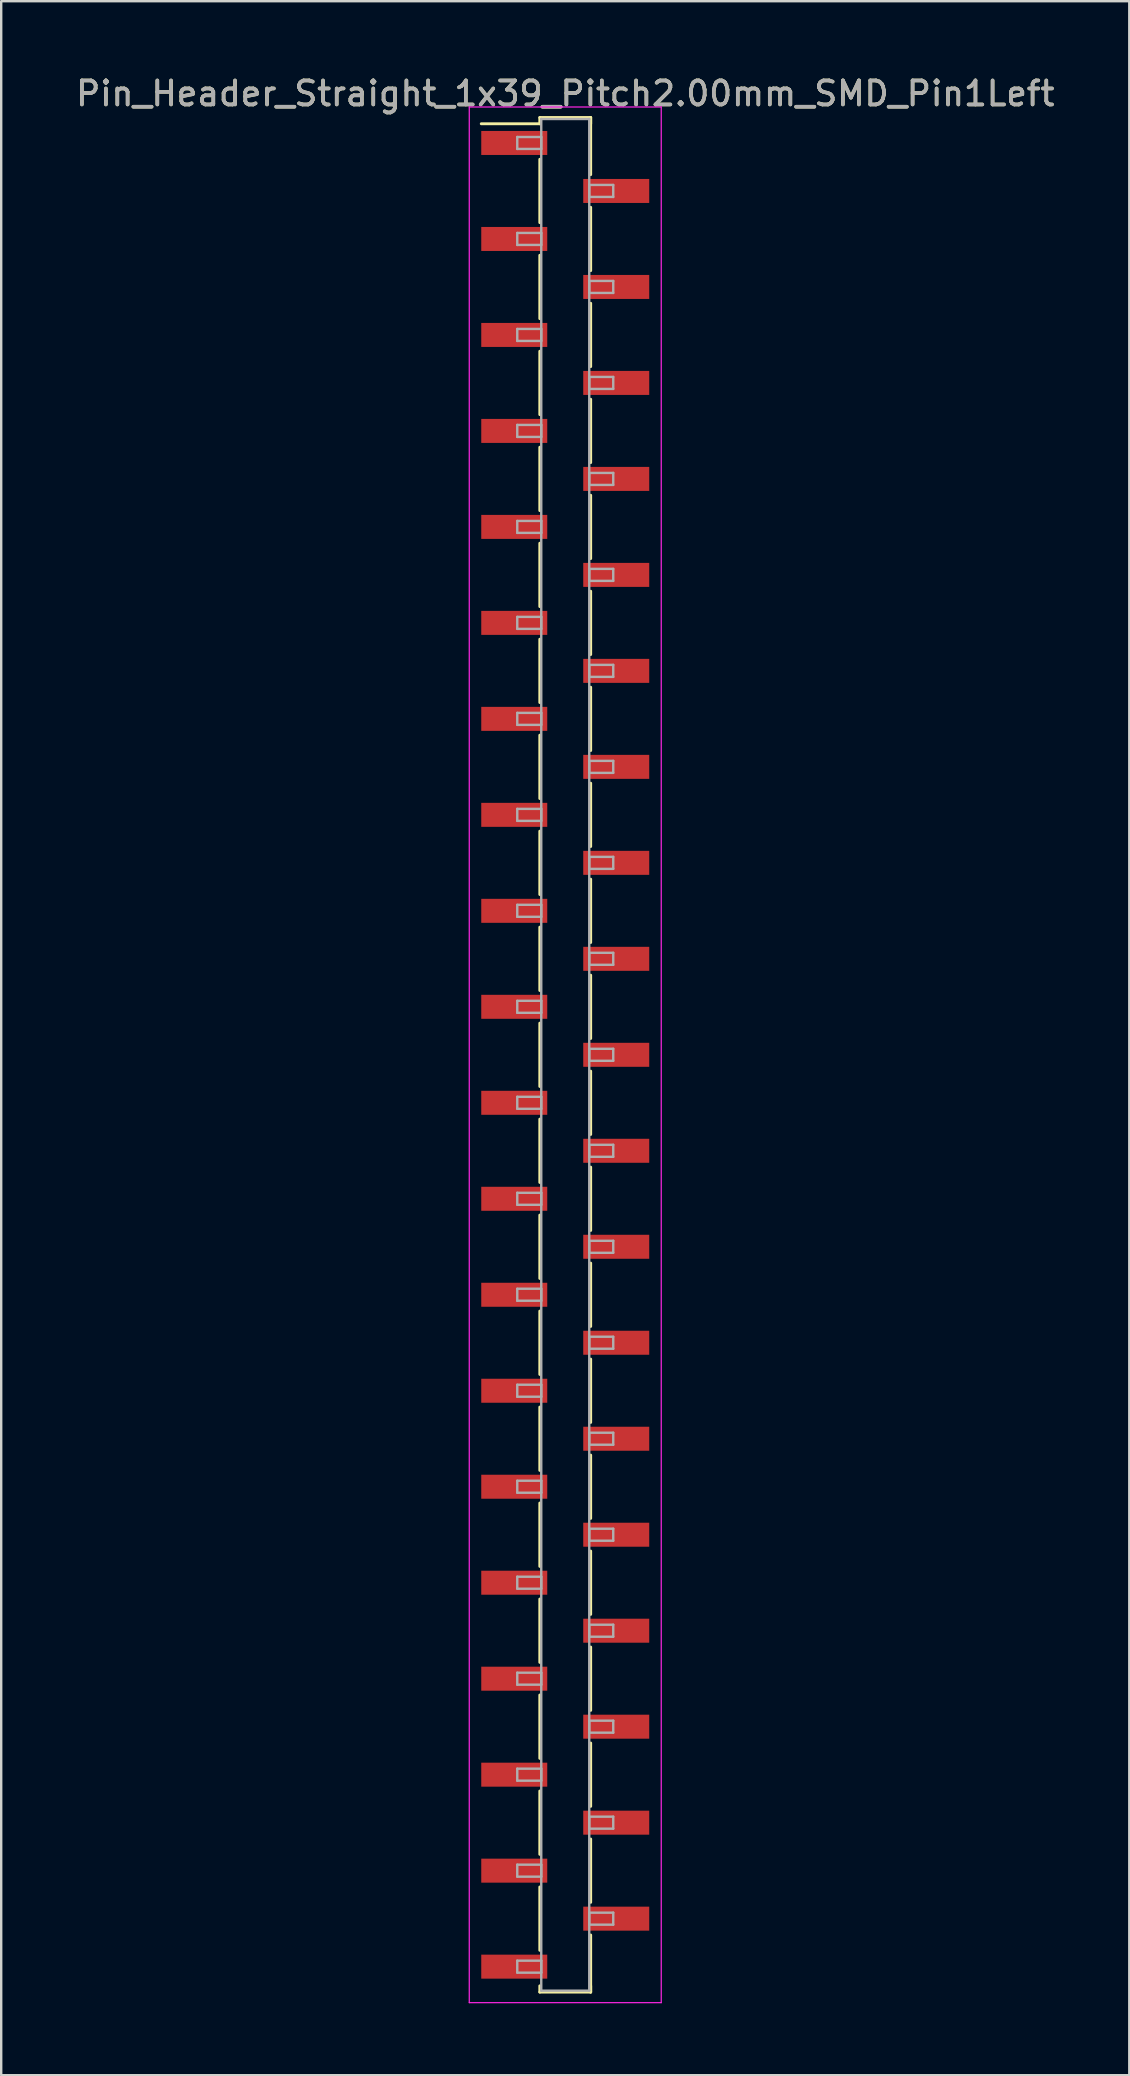
<source format=kicad_pcb>
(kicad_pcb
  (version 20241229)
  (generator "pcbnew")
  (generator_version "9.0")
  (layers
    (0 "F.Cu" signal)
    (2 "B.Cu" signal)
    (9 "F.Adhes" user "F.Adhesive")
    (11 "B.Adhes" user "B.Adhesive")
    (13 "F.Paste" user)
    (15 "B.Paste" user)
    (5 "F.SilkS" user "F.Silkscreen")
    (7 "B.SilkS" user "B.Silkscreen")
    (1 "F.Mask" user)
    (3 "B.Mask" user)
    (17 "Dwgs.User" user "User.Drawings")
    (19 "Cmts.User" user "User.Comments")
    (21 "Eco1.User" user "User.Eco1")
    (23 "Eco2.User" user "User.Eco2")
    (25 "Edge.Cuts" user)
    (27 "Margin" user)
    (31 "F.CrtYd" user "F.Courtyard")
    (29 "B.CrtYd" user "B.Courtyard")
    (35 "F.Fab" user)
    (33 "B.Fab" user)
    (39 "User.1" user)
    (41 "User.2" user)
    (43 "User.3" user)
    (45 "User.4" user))
  (footprint "Pin_Header_Straight_1x39_Pitch2.00mm_SMD_Pin1Left"
    (layer "F.Cu")
    (at 20.506 40.908)
    (property "Reference" "Pin_Header_Straight_1x39_Pitch2.00mm_SMD_Pin1Left" (at 0 -40.06 0) (layer "F.SilkS") (effects (font (size 1 1) (thickness 0.15))))
    (attr smd)
    (fp_line (start -1.06 -39.06) (end 1.06 -39.06) (stroke (width 0.12) (type solid)) (layer "F.SilkS"))
    (fp_line (start -1.06 -38.8) (end -3.5 -38.8) (stroke (width 0.12) (type solid)) (layer "F.SilkS"))
    (fp_line (start -1.06 -38.8) (end -1.06 -39.06) (stroke (width 0.12) (type solid)) (layer "F.SilkS"))
    (fp_line (start -1.06 -37.32) (end -1.06 -34.68) (stroke (width 0.12) (type solid)) (layer "F.SilkS"))
    (fp_line (start -1.06 -33.32) (end -1.06 -30.68) (stroke (width 0.12) (type solid)) (layer "F.SilkS"))
    (fp_line (start -1.06 -29.32) (end -1.06 -26.68) (stroke (width 0.12) (type solid)) (layer "F.SilkS"))
    (fp_line (start -1.06 -25.32) (end -1.06 -22.68) (stroke (width 0.12) (type solid)) (layer "F.SilkS"))
    (fp_line (start -1.06 -21.32) (end -1.06 -18.68) (stroke (width 0.12) (type solid)) (layer "F.SilkS"))
    (fp_line (start -1.06 -17.32) (end -1.06 -14.68) (stroke (width 0.12) (type solid)) (layer "F.SilkS"))
    (fp_line (start -1.06 -13.32) (end -1.06 -10.68) (stroke (width 0.12) (type solid)) (layer "F.SilkS"))
    (fp_line (start -1.06 -9.32) (end -1.06 -6.68) (stroke (width 0.12) (type solid)) (layer "F.SilkS"))
    (fp_line (start -1.06 -5.32) (end -1.06 -2.68) (stroke (width 0.12) (type solid)) (layer "F.SilkS"))
    (fp_line (start -1.06 -1.32) (end -1.06 1.32) (stroke (width 0.12) (type solid)) (layer "F.SilkS"))
    (fp_line (start -1.06 2.68) (end -1.06 5.32) (stroke (width 0.12) (type solid)) (layer "F.SilkS"))
    (fp_line (start -1.06 6.68) (end -1.06 9.32) (stroke (width 0.12) (type solid)) (layer "F.SilkS"))
    (fp_line (start -1.06 10.68) (end -1.06 13.32) (stroke (width 0.12) (type solid)) (layer "F.SilkS"))
    (fp_line (start -1.06 14.68) (end -1.06 17.32) (stroke (width 0.12) (type solid)) (layer "F.SilkS"))
    (fp_line (start -1.06 18.68) (end -1.06 21.32) (stroke (width 0.12) (type solid)) (layer "F.SilkS"))
    (fp_line (start -1.06 22.68) (end -1.06 25.32) (stroke (width 0.12) (type solid)) (layer "F.SilkS"))
    (fp_line (start -1.06 26.68) (end -1.06 29.32) (stroke (width 0.12) (type solid)) (layer "F.SilkS"))
    (fp_line (start -1.06 30.68) (end -1.06 33.32) (stroke (width 0.12) (type solid)) (layer "F.SilkS"))
    (fp_line (start -1.06 34.68) (end -1.06 37.32) (stroke (width 0.12) (type solid)) (layer "F.SilkS"))
    (fp_line (start -1.06 38.8) (end -1.06 39.06) (stroke (width 0.12) (type solid)) (layer "F.SilkS"))
    (fp_line (start -1.06 39.06) (end 1.06 39.06) (stroke (width 0.12) (type solid)) (layer "F.SilkS"))
    (fp_line (start 1.06 -39.06) (end 1.06 -38.8) (stroke (width 0.12) (type solid)) (layer "F.SilkS"))
    (fp_line (start 1.06 -39.06) (end 1.06 -36.68) (stroke (width 0.12) (type solid)) (layer "F.SilkS"))
    (fp_line (start 1.06 -35.32) (end 1.06 -32.68) (stroke (width 0.12) (type solid)) (layer "F.SilkS"))
    (fp_line (start 1.06 -31.32) (end 1.06 -28.68) (stroke (width 0.12) (type solid)) (layer "F.SilkS"))
    (fp_line (start 1.06 -27.32) (end 1.06 -24.68) (stroke (width 0.12) (type solid)) (layer "F.SilkS"))
    (fp_line (start 1.06 -23.32) (end 1.06 -20.68) (stroke (width 0.12) (type solid)) (layer "F.SilkS"))
    (fp_line (start 1.06 -19.32) (end 1.06 -16.68) (stroke (width 0.12) (type solid)) (layer "F.SilkS"))
    (fp_line (start 1.06 -15.32) (end 1.06 -12.68) (stroke (width 0.12) (type solid)) (layer "F.SilkS"))
    (fp_line (start 1.06 -11.32) (end 1.06 -8.68) (stroke (width 0.12) (type solid)) (layer "F.SilkS"))
    (fp_line (start 1.06 -7.32) (end 1.06 -4.68) (stroke (width 0.12) (type solid)) (layer "F.SilkS"))
    (fp_line (start 1.06 -3.32) (end 1.06 -0.68) (stroke (width 0.12) (type solid)) (layer "F.SilkS"))
    (fp_line (start 1.06 0.68) (end 1.06 3.32) (stroke (width 0.12) (type solid)) (layer "F.SilkS"))
    (fp_line (start 1.06 4.68) (end 1.06 7.32) (stroke (width 0.12) (type solid)) (layer "F.SilkS"))
    (fp_line (start 1.06 8.68) (end 1.06 11.32) (stroke (width 0.12) (type solid)) (layer "F.SilkS"))
    (fp_line (start 1.06 12.68) (end 1.06 15.32) (stroke (width 0.12) (type solid)) (layer "F.SilkS"))
    (fp_line (start 1.06 16.68) (end 1.06 19.32) (stroke (width 0.12) (type solid)) (layer "F.SilkS"))
    (fp_line (start 1.06 20.68) (end 1.06 23.32) (stroke (width 0.12) (type solid)) (layer "F.SilkS"))
    (fp_line (start 1.06 24.68) (end 1.06 27.32) (stroke (width 0.12) (type solid)) (layer "F.SilkS"))
    (fp_line (start 1.06 28.68) (end 1.06 31.32) (stroke (width 0.12) (type solid)) (layer "F.SilkS"))
    (fp_line (start 1.06 32.68) (end 1.06 35.32) (stroke (width 0.12) (type solid)) (layer "F.SilkS"))
    (fp_line (start 1.06 36.68) (end 1.06 39.06) (stroke (width 0.12) (type solid)) (layer "F.SilkS"))
    (fp_line (start 1.06 39.06) (end 1.06 38.8) (stroke (width 0.12) (type solid)) (layer "F.SilkS"))
    (fp_line (start -4 -39.5) (end -4 39.5) (stroke (width 0.05) (type solid)) (layer "F.CrtYd"))
    (fp_line (start -4 39.5) (end 4 39.5) (stroke (width 0.05) (type solid)) (layer "F.CrtYd"))
    (fp_line (start 4 -39.5) (end -4 -39.5) (stroke (width 0.05) (type solid)) (layer "F.CrtYd"))
    (fp_line (start 4 39.5) (end 4 -39.5) (stroke (width 0.05) (type solid)) (layer "F.CrtYd"))
    (fp_line (start -2 -38.25) (end -1 -38.25) (stroke (width 0.1) (type solid)) (layer "F.Fab"))
    (fp_line (start -2 -37.75) (end -2 -38.25) (stroke (width 0.1) (type solid)) (layer "F.Fab"))
    (fp_line (start -2 -34.25) (end -1 -34.25) (stroke (width 0.1) (type solid)) (layer "F.Fab"))
    (fp_line (start -2 -33.75) (end -2 -34.25) (stroke (width 0.1) (type solid)) (layer "F.Fab"))
    (fp_line (start -2 -30.25) (end -1 -30.25) (stroke (width 0.1) (type solid)) (layer "F.Fab"))
    (fp_line (start -2 -29.75) (end -2 -30.25) (stroke (width 0.1) (type solid)) (layer "F.Fab"))
    (fp_line (start -2 -26.25) (end -1 -26.25) (stroke (width 0.1) (type solid)) (layer "F.Fab"))
    (fp_line (start -2 -25.75) (end -2 -26.25) (stroke (width 0.1) (type solid)) (layer "F.Fab"))
    (fp_line (start -2 -22.25) (end -1 -22.25) (stroke (width 0.1) (type solid)) (layer "F.Fab"))
    (fp_line (start -2 -21.75) (end -2 -22.25) (stroke (width 0.1) (type solid)) (layer "F.Fab"))
    (fp_line (start -2 -18.25) (end -1 -18.25) (stroke (width 0.1) (type solid)) (layer "F.Fab"))
    (fp_line (start -2 -17.75) (end -2 -18.25) (stroke (width 0.1) (type solid)) (layer "F.Fab"))
    (fp_line (start -2 -14.25) (end -1 -14.25) (stroke (width 0.1) (type solid)) (layer "F.Fab"))
    (fp_line (start -2 -13.75) (end -2 -14.25) (stroke (width 0.1) (type solid)) (layer "F.Fab"))
    (fp_line (start -2 -10.25) (end -1 -10.25) (stroke (width 0.1) (type solid)) (layer "F.Fab"))
    (fp_line (start -2 -9.75) (end -2 -10.25) (stroke (width 0.1) (type solid)) (layer "F.Fab"))
    (fp_line (start -2 -6.25) (end -1 -6.25) (stroke (width 0.1) (type solid)) (layer "F.Fab"))
    (fp_line (start -2 -5.75) (end -2 -6.25) (stroke (width 0.1) (type solid)) (layer "F.Fab"))
    (fp_line (start -2 -2.25) (end -1 -2.25) (stroke (width 0.1) (type solid)) (layer "F.Fab"))
    (fp_line (start -2 -1.75) (end -2 -2.25) (stroke (width 0.1) (type solid)) (layer "F.Fab"))
    (fp_line (start -2 1.75) (end -1 1.75) (stroke (width 0.1) (type solid)) (layer "F.Fab"))
    (fp_line (start -2 2.25) (end -2 1.75) (stroke (width 0.1) (type solid)) (layer "F.Fab"))
    (fp_line (start -2 5.75) (end -1 5.75) (stroke (width 0.1) (type solid)) (layer "F.Fab"))
    (fp_line (start -2 6.25) (end -2 5.75) (stroke (width 0.1) (type solid)) (layer "F.Fab"))
    (fp_line (start -2 9.75) (end -1 9.75) (stroke (width 0.1) (type solid)) (layer "F.Fab"))
    (fp_line (start -2 10.25) (end -2 9.75) (stroke (width 0.1) (type solid)) (layer "F.Fab"))
    (fp_line (start -2 13.75) (end -1 13.75) (stroke (width 0.1) (type solid)) (layer "F.Fab"))
    (fp_line (start -2 14.25) (end -2 13.75) (stroke (width 0.1) (type solid)) (layer "F.Fab"))
    (fp_line (start -2 17.75) (end -1 17.75) (stroke (width 0.1) (type solid)) (layer "F.Fab"))
    (fp_line (start -2 18.25) (end -2 17.75) (stroke (width 0.1) (type solid)) (layer "F.Fab"))
    (fp_line (start -2 21.75) (end -1 21.75) (stroke (width 0.1) (type solid)) (layer "F.Fab"))
    (fp_line (start -2 22.25) (end -2 21.75) (stroke (width 0.1) (type solid)) (layer "F.Fab"))
    (fp_line (start -2 25.75) (end -1 25.75) (stroke (width 0.1) (type solid)) (layer "F.Fab"))
    (fp_line (start -2 26.25) (end -2 25.75) (stroke (width 0.1) (type solid)) (layer "F.Fab"))
    (fp_line (start -2 29.75) (end -1 29.75) (stroke (width 0.1) (type solid)) (layer "F.Fab"))
    (fp_line (start -2 30.25) (end -2 29.75) (stroke (width 0.1) (type solid)) (layer "F.Fab"))
    (fp_line (start -2 33.75) (end -1 33.75) (stroke (width 0.1) (type solid)) (layer "F.Fab"))
    (fp_line (start -2 34.25) (end -2 33.75) (stroke (width 0.1) (type solid)) (layer "F.Fab"))
    (fp_line (start -2 37.75) (end -1 37.75) (stroke (width 0.1) (type solid)) (layer "F.Fab"))
    (fp_line (start -2 38.25) (end -2 37.75) (stroke (width 0.1) (type solid)) (layer "F.Fab"))
    (fp_line (start -1 -39) (end -1 39) (stroke (width 0.1) (type solid)) (layer "F.Fab"))
    (fp_line (start -1 -38.25) (end -1 -37.75) (stroke (width 0.1) (type solid)) (layer "F.Fab"))
    (fp_line (start -1 -37.75) (end -2 -37.75) (stroke (width 0.1) (type solid)) (layer "F.Fab"))
    (fp_line (start -1 -34.25) (end -1 -33.75) (stroke (width 0.1) (type solid)) (layer "F.Fab"))
    (fp_line (start -1 -33.75) (end -2 -33.75) (stroke (width 0.1) (type solid)) (layer "F.Fab"))
    (fp_line (start -1 -30.25) (end -1 -29.75) (stroke (width 0.1) (type solid)) (layer "F.Fab"))
    (fp_line (start -1 -29.75) (end -2 -29.75) (stroke (width 0.1) (type solid)) (layer "F.Fab"))
    (fp_line (start -1 -26.25) (end -1 -25.75) (stroke (width 0.1) (type solid)) (layer "F.Fab"))
    (fp_line (start -1 -25.75) (end -2 -25.75) (stroke (width 0.1) (type solid)) (layer "F.Fab"))
    (fp_line (start -1 -22.25) (end -1 -21.75) (stroke (width 0.1) (type solid)) (layer "F.Fab"))
    (fp_line (start -1 -21.75) (end -2 -21.75) (stroke (width 0.1) (type solid)) (layer "F.Fab"))
    (fp_line (start -1 -18.25) (end -1 -17.75) (stroke (width 0.1) (type solid)) (layer "F.Fab"))
    (fp_line (start -1 -17.75) (end -2 -17.75) (stroke (width 0.1) (type solid)) (layer "F.Fab"))
    (fp_line (start -1 -14.25) (end -1 -13.75) (stroke (width 0.1) (type solid)) (layer "F.Fab"))
    (fp_line (start -1 -13.75) (end -2 -13.75) (stroke (width 0.1) (type solid)) (layer "F.Fab"))
    (fp_line (start -1 -10.25) (end -1 -9.75) (stroke (width 0.1) (type solid)) (layer "F.Fab"))
    (fp_line (start -1 -9.75) (end -2 -9.75) (stroke (width 0.1) (type solid)) (layer "F.Fab"))
    (fp_line (start -1 -6.25) (end -1 -5.75) (stroke (width 0.1) (type solid)) (layer "F.Fab"))
    (fp_line (start -1 -5.75) (end -2 -5.75) (stroke (width 0.1) (type solid)) (layer "F.Fab"))
    (fp_line (start -1 -2.25) (end -1 -1.75) (stroke (width 0.1) (type solid)) (layer "F.Fab"))
    (fp_line (start -1 -1.75) (end -2 -1.75) (stroke (width 0.1) (type solid)) (layer "F.Fab"))
    (fp_line (start -1 1.75) (end -1 2.25) (stroke (width 0.1) (type solid)) (layer "F.Fab"))
    (fp_line (start -1 2.25) (end -2 2.25) (stroke (width 0.1) (type solid)) (layer "F.Fab"))
    (fp_line (start -1 5.75) (end -1 6.25) (stroke (width 0.1) (type solid)) (layer "F.Fab"))
    (fp_line (start -1 6.25) (end -2 6.25) (stroke (width 0.1) (type solid)) (layer "F.Fab"))
    (fp_line (start -1 9.75) (end -1 10.25) (stroke (width 0.1) (type solid)) (layer "F.Fab"))
    (fp_line (start -1 10.25) (end -2 10.25) (stroke (width 0.1) (type solid)) (layer "F.Fab"))
    (fp_line (start -1 13.75) (end -1 14.25) (stroke (width 0.1) (type solid)) (layer "F.Fab"))
    (fp_line (start -1 14.25) (end -2 14.25) (stroke (width 0.1) (type solid)) (layer "F.Fab"))
    (fp_line (start -1 17.75) (end -1 18.25) (stroke (width 0.1) (type solid)) (layer "F.Fab"))
    (fp_line (start -1 18.25) (end -2 18.25) (stroke (width 0.1) (type solid)) (layer "F.Fab"))
    (fp_line (start -1 21.75) (end -1 22.25) (stroke (width 0.1) (type solid)) (layer "F.Fab"))
    (fp_line (start -1 22.25) (end -2 22.25) (stroke (width 0.1) (type solid)) (layer "F.Fab"))
    (fp_line (start -1 25.75) (end -1 26.25) (stroke (width 0.1) (type solid)) (layer "F.Fab"))
    (fp_line (start -1 26.25) (end -2 26.25) (stroke (width 0.1) (type solid)) (layer "F.Fab"))
    (fp_line (start -1 29.75) (end -1 30.25) (stroke (width 0.1) (type solid)) (layer "F.Fab"))
    (fp_line (start -1 30.25) (end -2 30.25) (stroke (width 0.1) (type solid)) (layer "F.Fab"))
    (fp_line (start -1 33.75) (end -1 34.25) (stroke (width 0.1) (type solid)) (layer "F.Fab"))
    (fp_line (start -1 34.25) (end -2 34.25) (stroke (width 0.1) (type solid)) (layer "F.Fab"))
    (fp_line (start -1 37.75) (end -1 38.25) (stroke (width 0.1) (type solid)) (layer "F.Fab"))
    (fp_line (start -1 38.25) (end -2 38.25) (stroke (width 0.1) (type solid)) (layer "F.Fab"))
    (fp_line (start -1 39) (end 1 39) (stroke (width 0.1) (type solid)) (layer "F.Fab"))
    (fp_line (start 1 -39) (end -1 -39) (stroke (width 0.1) (type solid)) (layer "F.Fab"))
    (fp_line (start 1 -36.25) (end 1 -35.75) (stroke (width 0.1) (type solid)) (layer "F.Fab"))
    (fp_line (start 1 -35.75) (end 2 -35.75) (stroke (width 0.1) (type solid)) (layer "F.Fab"))
    (fp_line (start 1 -32.25) (end 1 -31.75) (stroke (width 0.1) (type solid)) (layer "F.Fab"))
    (fp_line (start 1 -31.75) (end 2 -31.75) (stroke (width 0.1) (type solid)) (layer "F.Fab"))
    (fp_line (start 1 -28.25) (end 1 -27.75) (stroke (width 0.1) (type solid)) (layer "F.Fab"))
    (fp_line (start 1 -27.75) (end 2 -27.75) (stroke (width 0.1) (type solid)) (layer "F.Fab"))
    (fp_line (start 1 -24.25) (end 1 -23.75) (stroke (width 0.1) (type solid)) (layer "F.Fab"))
    (fp_line (start 1 -23.75) (end 2 -23.75) (stroke (width 0.1) (type solid)) (layer "F.Fab"))
    (fp_line (start 1 -20.25) (end 1 -19.75) (stroke (width 0.1) (type solid)) (layer "F.Fab"))
    (fp_line (start 1 -19.75) (end 2 -19.75) (stroke (width 0.1) (type solid)) (layer "F.Fab"))
    (fp_line (start 1 -16.25) (end 1 -15.75) (stroke (width 0.1) (type solid)) (layer "F.Fab"))
    (fp_line (start 1 -15.75) (end 2 -15.75) (stroke (width 0.1) (type solid)) (layer "F.Fab"))
    (fp_line (start 1 -12.25) (end 1 -11.75) (stroke (width 0.1) (type solid)) (layer "F.Fab"))
    (fp_line (start 1 -11.75) (end 2 -11.75) (stroke (width 0.1) (type solid)) (layer "F.Fab"))
    (fp_line (start 1 -8.25) (end 1 -7.75) (stroke (width 0.1) (type solid)) (layer "F.Fab"))
    (fp_line (start 1 -7.75) (end 2 -7.75) (stroke (width 0.1) (type solid)) (layer "F.Fab"))
    (fp_line (start 1 -4.25) (end 1 -3.75) (stroke (width 0.1) (type solid)) (layer "F.Fab"))
    (fp_line (start 1 -3.75) (end 2 -3.75) (stroke (width 0.1) (type solid)) (layer "F.Fab"))
    (fp_line (start 1 -0.25) (end 1 0.25) (stroke (width 0.1) (type solid)) (layer "F.Fab"))
    (fp_line (start 1 0.25) (end 2 0.25) (stroke (width 0.1) (type solid)) (layer "F.Fab"))
    (fp_line (start 1 3.75) (end 1 4.25) (stroke (width 0.1) (type solid)) (layer "F.Fab"))
    (fp_line (start 1 4.25) (end 2 4.25) (stroke (width 0.1) (type solid)) (layer "F.Fab"))
    (fp_line (start 1 7.75) (end 1 8.25) (stroke (width 0.1) (type solid)) (layer "F.Fab"))
    (fp_line (start 1 8.25) (end 2 8.25) (stroke (width 0.1) (type solid)) (layer "F.Fab"))
    (fp_line (start 1 11.75) (end 1 12.25) (stroke (width 0.1) (type solid)) (layer "F.Fab"))
    (fp_line (start 1 12.25) (end 2 12.25) (stroke (width 0.1) (type solid)) (layer "F.Fab"))
    (fp_line (start 1 15.75) (end 1 16.25) (stroke (width 0.1) (type solid)) (layer "F.Fab"))
    (fp_line (start 1 16.25) (end 2 16.25) (stroke (width 0.1) (type solid)) (layer "F.Fab"))
    (fp_line (start 1 19.75) (end 1 20.25) (stroke (width 0.1) (type solid)) (layer "F.Fab"))
    (fp_line (start 1 20.25) (end 2 20.25) (stroke (width 0.1) (type solid)) (layer "F.Fab"))
    (fp_line (start 1 23.75) (end 1 24.25) (stroke (width 0.1) (type solid)) (layer "F.Fab"))
    (fp_line (start 1 24.25) (end 2 24.25) (stroke (width 0.1) (type solid)) (layer "F.Fab"))
    (fp_line (start 1 27.75) (end 1 28.25) (stroke (width 0.1) (type solid)) (layer "F.Fab"))
    (fp_line (start 1 28.25) (end 2 28.25) (stroke (width 0.1) (type solid)) (layer "F.Fab"))
    (fp_line (start 1 31.75) (end 1 32.25) (stroke (width 0.1) (type solid)) (layer "F.Fab"))
    (fp_line (start 1 32.25) (end 2 32.25) (stroke (width 0.1) (type solid)) (layer "F.Fab"))
    (fp_line (start 1 35.75) (end 1 36.25) (stroke (width 0.1) (type solid)) (layer "F.Fab"))
    (fp_line (start 1 36.25) (end 2 36.25) (stroke (width 0.1) (type solid)) (layer "F.Fab"))
    (fp_line (start 1 39) (end 1 -39) (stroke (width 0.1) (type solid)) (layer "F.Fab"))
    (fp_line (start 2 -36.25) (end 1 -36.25) (stroke (width 0.1) (type solid)) (layer "F.Fab"))
    (fp_line (start 2 -35.75) (end 2 -36.25) (stroke (width 0.1) (type solid)) (layer "F.Fab"))
    (fp_line (start 2 -32.25) (end 1 -32.25) (stroke (width 0.1) (type solid)) (layer "F.Fab"))
    (fp_line (start 2 -31.75) (end 2 -32.25) (stroke (width 0.1) (type solid)) (layer "F.Fab"))
    (fp_line (start 2 -28.25) (end 1 -28.25) (stroke (width 0.1) (type solid)) (layer "F.Fab"))
    (fp_line (start 2 -27.75) (end 2 -28.25) (stroke (width 0.1) (type solid)) (layer "F.Fab"))
    (fp_line (start 2 -24.25) (end 1 -24.25) (stroke (width 0.1) (type solid)) (layer "F.Fab"))
    (fp_line (start 2 -23.75) (end 2 -24.25) (stroke (width 0.1) (type solid)) (layer "F.Fab"))
    (fp_line (start 2 -20.25) (end 1 -20.25) (stroke (width 0.1) (type solid)) (layer "F.Fab"))
    (fp_line (start 2 -19.75) (end 2 -20.25) (stroke (width 0.1) (type solid)) (layer "F.Fab"))
    (fp_line (start 2 -16.25) (end 1 -16.25) (stroke (width 0.1) (type solid)) (layer "F.Fab"))
    (fp_line (start 2 -15.75) (end 2 -16.25) (stroke (width 0.1) (type solid)) (layer "F.Fab"))
    (fp_line (start 2 -12.25) (end 1 -12.25) (stroke (width 0.1) (type solid)) (layer "F.Fab"))
    (fp_line (start 2 -11.75) (end 2 -12.25) (stroke (width 0.1) (type solid)) (layer "F.Fab"))
    (fp_line (start 2 -8.25) (end 1 -8.25) (stroke (width 0.1) (type solid)) (layer "F.Fab"))
    (fp_line (start 2 -7.75) (end 2 -8.25) (stroke (width 0.1) (type solid)) (layer "F.Fab"))
    (fp_line (start 2 -4.25) (end 1 -4.25) (stroke (width 0.1) (type solid)) (layer "F.Fab"))
    (fp_line (start 2 -3.75) (end 2 -4.25) (stroke (width 0.1) (type solid)) (layer "F.Fab"))
    (fp_line (start 2 -0.25) (end 1 -0.25) (stroke (width 0.1) (type solid)) (layer "F.Fab"))
    (fp_line (start 2 0.25) (end 2 -0.25) (stroke (width 0.1) (type solid)) (layer "F.Fab"))
    (fp_line (start 2 3.75) (end 1 3.75) (stroke (width 0.1) (type solid)) (layer "F.Fab"))
    (fp_line (start 2 4.25) (end 2 3.75) (stroke (width 0.1) (type solid)) (layer "F.Fab"))
    (fp_line (start 2 7.75) (end 1 7.75) (stroke (width 0.1) (type solid)) (layer "F.Fab"))
    (fp_line (start 2 8.25) (end 2 7.75) (stroke (width 0.1) (type solid)) (layer "F.Fab"))
    (fp_line (start 2 11.75) (end 1 11.75) (stroke (width 0.1) (type solid)) (layer "F.Fab"))
    (fp_line (start 2 12.25) (end 2 11.75) (stroke (width 0.1) (type solid)) (layer "F.Fab"))
    (fp_line (start 2 15.75) (end 1 15.75) (stroke (width 0.1) (type solid)) (layer "F.Fab"))
    (fp_line (start 2 16.25) (end 2 15.75) (stroke (width 0.1) (type solid)) (layer "F.Fab"))
    (fp_line (start 2 19.75) (end 1 19.75) (stroke (width 0.1) (type solid)) (layer "F.Fab"))
    (fp_line (start 2 20.25) (end 2 19.75) (stroke (width 0.1) (type solid)) (layer "F.Fab"))
    (fp_line (start 2 23.75) (end 1 23.75) (stroke (width 0.1) (type solid)) (layer "F.Fab"))
    (fp_line (start 2 24.25) (end 2 23.75) (stroke (width 0.1) (type solid)) (layer "F.Fab"))
    (fp_line (start 2 27.75) (end 1 27.75) (stroke (width 0.1) (type solid)) (layer "F.Fab"))
    (fp_line (start 2 28.25) (end 2 27.75) (stroke (width 0.1) (type solid)) (layer "F.Fab"))
    (fp_line (start 2 31.75) (end 1 31.75) (stroke (width 0.1) (type solid)) (layer "F.Fab"))
    (fp_line (start 2 32.25) (end 2 31.75) (stroke (width 0.1) (type solid)) (layer "F.Fab"))
    (fp_line (start 2 35.75) (end 1 35.75) (stroke (width 0.1) (type solid)) (layer "F.Fab"))
    (fp_line (start 2 36.25) (end 2 35.75) (stroke (width 0.1) (type solid)) (layer "F.Fab"))
    (fp_text user "${REFERENCE}" (at 0 -40.06 0) (layer "F.Fab") (effects (font (size 1 1) (thickness 0.15))))
    (pad "1" smd rect (at -2.125 -38) (size 2.75 1) (layers "F.Cu" "F.Mask" "F.Paste"))
    (pad "2" smd rect (at 2.125 -36) (size 2.75 1) (layers "F.Cu" "F.Mask" "F.Paste"))
    (pad "3" smd rect (at -2.125 -34) (size 2.75 1) (layers "F.Cu" "F.Mask" "F.Paste"))
    (pad "4" smd rect (at 2.125 -32) (size 2.75 1) (layers "F.Cu" "F.Mask" "F.Paste"))
    (pad "5" smd rect (at -2.125 -30) (size 2.75 1) (layers "F.Cu" "F.Mask" "F.Paste"))
    (pad "6" smd rect (at 2.125 -28) (size 2.75 1) (layers "F.Cu" "F.Mask" "F.Paste"))
    (pad "7" smd rect (at -2.125 -26) (size 2.75 1) (layers "F.Cu" "F.Mask" "F.Paste"))
    (pad "8" smd rect (at 2.125 -24) (size 2.75 1) (layers "F.Cu" "F.Mask" "F.Paste"))
    (pad "9" smd rect (at -2.125 -22) (size 2.75 1) (layers "F.Cu" "F.Mask" "F.Paste"))
    (pad "10" smd rect (at 2.125 -20) (size 2.75 1) (layers "F.Cu" "F.Mask" "F.Paste"))
    (pad "11" smd rect (at -2.125 -18) (size 2.75 1) (layers "F.Cu" "F.Mask" "F.Paste"))
    (pad "12" smd rect (at 2.125 -16) (size 2.75 1) (layers "F.Cu" "F.Mask" "F.Paste"))
    (pad "13" smd rect (at -2.125 -14) (size 2.75 1) (layers "F.Cu" "F.Mask" "F.Paste"))
    (pad "14" smd rect (at 2.125 -12) (size 2.75 1) (layers "F.Cu" "F.Mask" "F.Paste"))
    (pad "15" smd rect (at -2.125 -10) (size 2.75 1) (layers "F.Cu" "F.Mask" "F.Paste"))
    (pad "16" smd rect (at 2.125 -8) (size 2.75 1) (layers "F.Cu" "F.Mask" "F.Paste"))
    (pad "17" smd rect (at -2.125 -6) (size 2.75 1) (layers "F.Cu" "F.Mask" "F.Paste"))
    (pad "18" smd rect (at 2.125 -4) (size 2.75 1) (layers "F.Cu" "F.Mask" "F.Paste"))
    (pad "19" smd rect (at -2.125 -2) (size 2.75 1) (layers "F.Cu" "F.Mask" "F.Paste"))
    (pad "20" smd rect (at 2.125 0) (size 2.75 1) (layers "F.Cu" "F.Mask" "F.Paste"))
    (pad "21" smd rect (at -2.125 2) (size 2.75 1) (layers "F.Cu" "F.Mask" "F.Paste"))
    (pad "22" smd rect (at 2.125 4) (size 2.75 1) (layers "F.Cu" "F.Mask" "F.Paste"))
    (pad "23" smd rect (at -2.125 6) (size 2.75 1) (layers "F.Cu" "F.Mask" "F.Paste"))
    (pad "24" smd rect (at 2.125 8) (size 2.75 1) (layers "F.Cu" "F.Mask" "F.Paste"))
    (pad "25" smd rect (at -2.125 10) (size 2.75 1) (layers "F.Cu" "F.Mask" "F.Paste"))
    (pad "26" smd rect (at 2.125 12) (size 2.75 1) (layers "F.Cu" "F.Mask" "F.Paste"))
    (pad "27" smd rect (at -2.125 14) (size 2.75 1) (layers "F.Cu" "F.Mask" "F.Paste"))
    (pad "28" smd rect (at 2.125 16) (size 2.75 1) (layers "F.Cu" "F.Mask" "F.Paste"))
    (pad "29" smd rect (at -2.125 18) (size 2.75 1) (layers "F.Cu" "F.Mask" "F.Paste"))
    (pad "30" smd rect (at 2.125 20) (size 2.75 1) (layers "F.Cu" "F.Mask" "F.Paste"))
    (pad "31" smd rect (at -2.125 22) (size 2.75 1) (layers "F.Cu" "F.Mask" "F.Paste"))
    (pad "32" smd rect (at 2.125 24) (size 2.75 1) (layers "F.Cu" "F.Mask" "F.Paste"))
    (pad "33" smd rect (at -2.125 26) (size 2.75 1) (layers "F.Cu" "F.Mask" "F.Paste"))
    (pad "34" smd rect (at 2.125 28) (size 2.75 1) (layers "F.Cu" "F.Mask" "F.Paste"))
    (pad "35" smd rect (at -2.125 30) (size 2.75 1) (layers "F.Cu" "F.Mask" "F.Paste"))
    (pad "36" smd rect (at 2.125 32) (size 2.75 1) (layers "F.Cu" "F.Mask" "F.Paste"))
    (pad "37" smd rect (at -2.125 34) (size 2.75 1) (layers "F.Cu" "F.Mask" "F.Paste"))
    (pad "38" smd rect (at 2.125 36) (size 2.75 1) (layers "F.Cu" "F.Mask" "F.Paste"))
    (pad "39" smd rect (at -2.125 38) (size 2.75 1) (layers "F.Cu" "F.Mask" "F.Paste")))
  (gr_rect
    (start -3 -3)
    (end 44.012 83.433)
    (stroke (width 0.1) (type default))
    (fill no)
    (layer "Edge.Cuts")))
</source>
